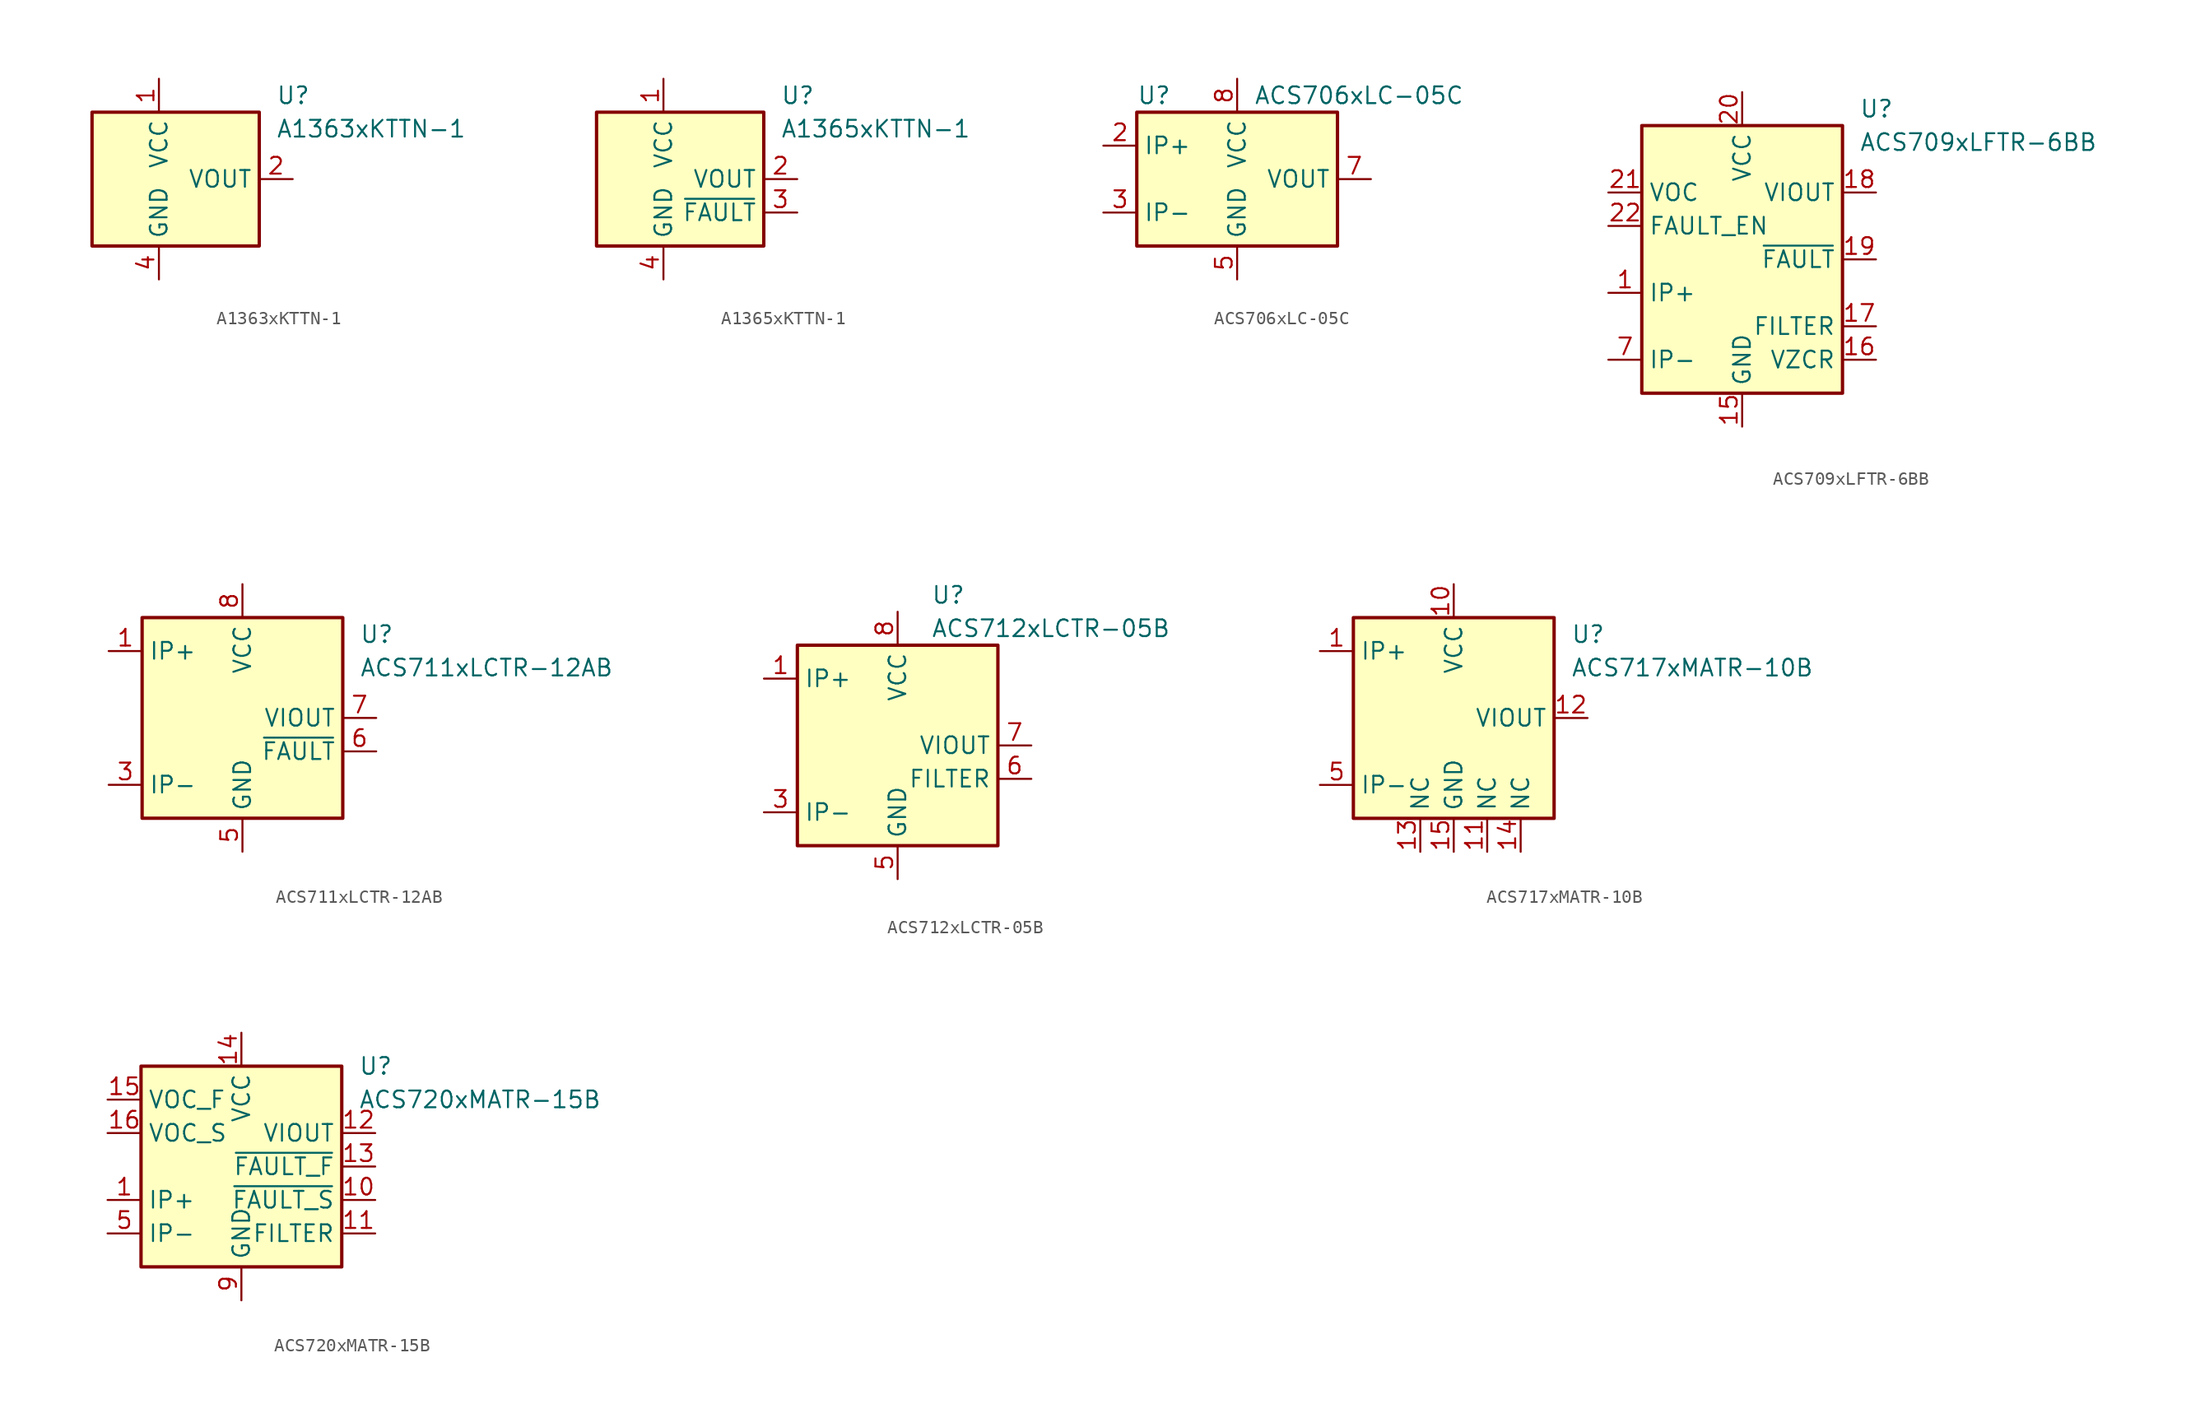
<source format=kicad_sym>
(kicad_symbol_lib
  (version 20241209)
  (generator "kicad_symbol_editor")
  (generator_version "9.0")
  (symbol "A1363xKTTN-1"
    (property "Reference" "U"
      (at 8.89 6.35 0)
      (effects (font (size 1.27 1.27)) (justify left)))
    (property "Value" "A1363xKTTN-1"
      (at 8.89 3.81 0)
      (effects (font (size 1.27 1.27)) (justify left)))
    (symbol "A1363xKTTN-1_0_1"
      (rectangle (start -5.08 5.08) (end 7.62 -5.08) (stroke (width 0.254) (type default)) (fill (type background))))
    (symbol "A1363xKTTN-1_1_1"
      (pin power_in line (at 0 7.62 270) (length 2.54) (name "VCC" (effects (font (size 1.27 1.27)))) (number "1" (effects (font (size 1.27 1.27)))))
      (pin power_in line (at 0 -7.62 90) (length 2.54) (name "GND" (effects (font (size 1.27 1.27)))) (number "4" (effects (font (size 1.27 1.27)))))
      (pin no_connect line (at 7.62 -2.54 180) (length 2.54) (hide yes) (name "NC" (effects (font (size 1.27 1.27)))) (number "3" (effects (font (size 1.27 1.27)))))
      (pin output line (at 10.16 0 180) (length 2.54) (name "VOUT" (effects (font (size 1.27 1.27)))) (number "2" (effects (font (size 1.27 1.27)))))))
  (symbol "A1365xKTTN-1"
    (property "Reference" "U"
      (at 8.89 6.35 0)
      (effects (font (size 1.27 1.27)) (justify left)))
    (property "Value" "A1365xKTTN-1"
      (at 8.89 3.81 0)
      (effects (font (size 1.27 1.27)) (justify left)))
    (symbol "A1365xKTTN-1_0_1"
      (rectangle (start -5.08 5.08) (end 7.62 -5.08) (stroke (width 0.254) (type default)) (fill (type background))))
    (symbol "A1365xKTTN-1_1_1"
      (pin power_in line (at 0 7.62 270) (length 2.54) (name "VCC" (effects (font (size 1.27 1.27)))) (number "1" (effects (font (size 1.27 1.27)))))
      (pin power_in line (at 0 -7.62 90) (length 2.54) (name "GND" (effects (font (size 1.27 1.27)))) (number "4" (effects (font (size 1.27 1.27)))))
      (pin output line (at 10.16 0 180) (length 2.54) (name "VOUT" (effects (font (size 1.27 1.27)))) (number "2" (effects (font (size 1.27 1.27)))))
      (pin output line (at 10.16 -2.54 180) (length 2.54) (name "~{FAULT}" (effects (font (size 1.27 1.27)))) (number "3" (effects (font (size 1.27 1.27)))))))
  (symbol "ACS706xLC-05C"
    (property "Reference" "U"
      (at -7.62 6.35 0)
      (effects (font (size 1.27 1.27)) (justify left)))
    (property "Value" "ACS706xLC-05C"
      (at 1.27 6.35 0)
      (effects (font (size 1.27 1.27)) (justify left)))
    (symbol "ACS706xLC-05C_0_1"
      (rectangle (start -7.62 5.08) (end 7.62 -5.08) (stroke (width 0.254) (type default)) (fill (type background))))
    (symbol "ACS706xLC-05C_1_1"
      (pin passive line (at -10.16 2.54 0) (length 2.54) (hide yes) (name "IP+" (effects (font (size 1.27 1.27)))) (number "1" (effects (font (size 1.27 1.27)))))
      (pin passive line (at -10.16 2.54 0) (length 2.54) (name "IP+" (effects (font (size 1.27 1.27)))) (number "2" (effects (font (size 1.27 1.27)))))
      (pin passive line (at -10.16 -2.54 0) (length 2.54) (name "IP-" (effects (font (size 1.27 1.27)))) (number "3" (effects (font (size 1.27 1.27)))))
      (pin passive line (at -10.16 -2.54 0) (length 2.54) (hide yes) (name "IP-" (effects (font (size 1.27 1.27)))) (number "4" (effects (font (size 1.27 1.27)))))
      (pin power_in line (at 0 7.62 270) (length 2.54) (name "VCC" (effects (font (size 1.27 1.27)))) (number "8" (effects (font (size 1.27 1.27)))))
      (pin power_in line (at 0 -7.62 90) (length 2.54) (name "GND" (effects (font (size 1.27 1.27)))) (number "5" (effects (font (size 1.27 1.27)))))
      (pin no_connect line (at 7.62 -2.54 180) (length 2.54) (hide yes) (name "NC" (effects (font (size 1.27 1.27)))) (number "6" (effects (font (size 1.27 1.27)))))
      (pin output line (at 10.16 0 180) (length 2.54) (name "VOUT" (effects (font (size 1.27 1.27)))) (number "7" (effects (font (size 1.27 1.27)))))))
  (symbol "ACS709xLFTR-6BB"
    (property "Reference" "U"
      (at 8.89 11.43 0)
      (effects (font (size 1.27 1.27)) (justify left)))
    (property "Value" "ACS709xLFTR-6BB"
      (at 8.89 8.89 0)
      (effects (font (size 1.27 1.27)) (justify left)))
    (symbol "ACS709xLFTR-6BB_0_1"
      (rectangle (start -7.62 10.16) (end 7.62 -10.16) (stroke (width 0.254) (type default)) (fill (type background))))
    (symbol "ACS709xLFTR-6BB_1_1"
      (pin input line (at -10.16 5.08 0) (length 2.54) (name "VOC" (effects (font (size 1.27 1.27)))) (number "21" (effects (font (size 1.27 1.27)))))
      (pin input line (at -10.16 2.54 0) (length 2.54) (name "FAULT_EN" (effects (font (size 1.27 1.27)))) (number "22" (effects (font (size 1.27 1.27)))))
      (pin passive line (at -10.16 -2.54 0) (length 2.54) (name "IP+" (effects (font (size 1.27 1.27)))) (number "1" (effects (font (size 1.27 1.27)))))
      (pin passive line (at -10.16 -2.54 0) (length 2.54) (hide yes) (name "IP+" (effects (font (size 1.27 1.27)))) (number "2" (effects (font (size 1.27 1.27)))))
      (pin passive line (at -10.16 -2.54 0) (length 2.54) (hide yes) (name "IP+" (effects (font (size 1.27 1.27)))) (number "3" (effects (font (size 1.27 1.27)))))
      (pin passive line (at -10.16 -2.54 0) (length 2.54) (hide yes) (name "IP+" (effects (font (size 1.27 1.27)))) (number "4" (effects (font (size 1.27 1.27)))))
      (pin passive line (at -10.16 -2.54 0) (length 2.54) (hide yes) (name "IP+" (effects (font (size 1.27 1.27)))) (number "5" (effects (font (size 1.27 1.27)))))
      (pin passive line (at -10.16 -2.54 0) (length 2.54) (hide yes) (name "IP+" (effects (font (size 1.27 1.27)))) (number "6" (effects (font (size 1.27 1.27)))))
      (pin passive line (at -10.16 -7.62 0) (length 2.54) (hide yes) (name "IP-" (effects (font (size 1.27 1.27)))) (number "10" (effects (font (size 1.27 1.27)))))
      (pin passive line (at -10.16 -7.62 0) (length 2.54) (hide yes) (name "IP-" (effects (font (size 1.27 1.27)))) (number "11" (effects (font (size 1.27 1.27)))))
      (pin passive line (at -10.16 -7.62 0) (length 2.54) (hide yes) (name "IP-" (effects (font (size 1.27 1.27)))) (number "12" (effects (font (size 1.27 1.27)))))
      (pin passive line (at -10.16 -7.62 0) (length 2.54) (name "IP-" (effects (font (size 1.27 1.27)))) (number "7" (effects (font (size 1.27 1.27)))))
      (pin passive line (at -10.16 -7.62 0) (length 2.54) (hide yes) (name "IP-" (effects (font (size 1.27 1.27)))) (number "8" (effects (font (size 1.27 1.27)))))
      (pin passive line (at -10.16 -7.62 0) (length 2.54) (hide yes) (name "IP-" (effects (font (size 1.27 1.27)))) (number "9" (effects (font (size 1.27 1.27)))))
      (pin no_connect line (at -7.62 10.16 0) (length 2.54) (hide yes) (name "NC" (effects (font (size 1.27 1.27)))) (number "13" (effects (font (size 1.27 1.27)))))
      (pin no_connect line (at -7.62 7.62 0) (length 2.54) (hide yes) (name "NC" (effects (font (size 1.27 1.27)))) (number "14" (effects (font (size 1.27 1.27)))))
      (pin no_connect line (at -7.62 0 0) (length 2.54) (hide yes) (name "NC" (effects (font (size 1.27 1.27)))) (number "23" (effects (font (size 1.27 1.27)))))
      (pin no_connect line (at -7.62 -5.08 0) (length 2.54) (hide yes) (name "NC" (effects (font (size 1.27 1.27)))) (number "24" (effects (font (size 1.27 1.27)))))
      (pin power_in line (at 0 12.7 270) (length 2.54) (name "VCC" (effects (font (size 1.27 1.27)))) (number "20" (effects (font (size 1.27 1.27)))))
      (pin power_in line (at 0 -12.7 90) (length 2.54) (name "GND" (effects (font (size 1.27 1.27)))) (number "15" (effects (font (size 1.27 1.27)))))
      (pin output line (at 10.16 5.08 180) (length 2.54) (name "VIOUT" (effects (font (size 1.27 1.27)))) (number "18" (effects (font (size 1.27 1.27)))))
      (pin output line (at 10.16 0 180) (length 2.54) (name "~{FAULT}" (effects (font (size 1.27 1.27)))) (number "19" (effects (font (size 1.27 1.27)))))
      (pin passive line (at 10.16 -5.08 180) (length 2.54) (name "FILTER" (effects (font (size 1.27 1.27)))) (number "17" (effects (font (size 1.27 1.27)))))
      (pin passive line (at 10.16 -7.62 180) (length 2.54) (name "VZCR" (effects (font (size 1.27 1.27)))) (number "16" (effects (font (size 1.27 1.27)))))))
  (symbol "ACS711xLCTR-12AB"
    (property "Reference" "U"
      (at 8.89 6.35 0)
      (effects (font (size 1.27 1.27)) (justify left)))
    (property "Value" "ACS711xLCTR-12AB"
      (at 8.89 3.81 0)
      (effects (font (size 1.27 1.27)) (justify left)))
    (symbol "ACS711xLCTR-12AB_0_1"
      (rectangle (start -7.62 7.62) (end 7.62 -7.62) (stroke (width 0.254) (type default)) (fill (type background))))
    (symbol "ACS711xLCTR-12AB_1_1"
      (pin passive line (at -10.16 5.08 0) (length 2.54) (name "IP+" (effects (font (size 1.27 1.27)))) (number "1" (effects (font (size 1.27 1.27)))))
      (pin passive line (at -10.16 5.08 0) (length 2.54) (hide yes) (name "IP+" (effects (font (size 1.27 1.27)))) (number "2" (effects (font (size 1.27 1.27)))))
      (pin passive line (at -10.16 -5.08 0) (length 2.54) (name "IP-" (effects (font (size 1.27 1.27)))) (number "3" (effects (font (size 1.27 1.27)))))
      (pin passive line (at -10.16 -5.08 0) (length 2.54) (hide yes) (name "IP-" (effects (font (size 1.27 1.27)))) (number "4" (effects (font (size 1.27 1.27)))))
      (pin power_in line (at 0 10.16 270) (length 2.54) (name "VCC" (effects (font (size 1.27 1.27)))) (number "8" (effects (font (size 1.27 1.27)))))
      (pin power_in line (at 0 -10.16 90) (length 2.54) (name "GND" (effects (font (size 1.27 1.27)))) (number "5" (effects (font (size 1.27 1.27)))))
      (pin output line (at 10.16 0 180) (length 2.54) (name "VIOUT" (effects (font (size 1.27 1.27)))) (number "7" (effects (font (size 1.27 1.27)))))
      (pin output line (at 10.16 -2.54 180) (length 2.54) (name "~{FAULT}" (effects (font (size 1.27 1.27)))) (number "6" (effects (font (size 1.27 1.27)))))))
  (symbol "ACS712xLCTR-05B"
    (property "Reference" "U"
      (at 2.54 11.43 0)
      (effects (font (size 1.27 1.27)) (justify left)))
    (property "Value" "ACS712xLCTR-05B"
      (at 2.54 8.89 0)
      (effects (font (size 1.27 1.27)) (justify left)))
    (symbol "ACS712xLCTR-05B_0_1"
      (rectangle (start -7.62 7.62) (end 7.62 -7.62) (stroke (width 0.254) (type default)) (fill (type background))))
    (symbol "ACS712xLCTR-05B_1_1"
      (pin passive line (at -10.16 5.08 0) (length 2.54) (name "IP+" (effects (font (size 1.27 1.27)))) (number "1" (effects (font (size 1.27 1.27)))))
      (pin passive line (at -10.16 5.08 0) (length 2.54) (hide yes) (name "IP+" (effects (font (size 1.27 1.27)))) (number "2" (effects (font (size 1.27 1.27)))))
      (pin passive line (at -10.16 -5.08 0) (length 2.54) (name "IP-" (effects (font (size 1.27 1.27)))) (number "3" (effects (font (size 1.27 1.27)))))
      (pin passive line (at -10.16 -5.08 0) (length 2.54) (hide yes) (name "IP-" (effects (font (size 1.27 1.27)))) (number "4" (effects (font (size 1.27 1.27)))))
      (pin power_in line (at 0 10.16 270) (length 2.54) (name "VCC" (effects (font (size 1.27 1.27)))) (number "8" (effects (font (size 1.27 1.27)))))
      (pin power_in line (at 0 -10.16 90) (length 2.54) (name "GND" (effects (font (size 1.27 1.27)))) (number "5" (effects (font (size 1.27 1.27)))))
      (pin output line (at 10.16 0 180) (length 2.54) (name "VIOUT" (effects (font (size 1.27 1.27)))) (number "7" (effects (font (size 1.27 1.27)))))
      (pin passive line (at 10.16 -2.54 180) (length 2.54) (name "FILTER" (effects (font (size 1.27 1.27)))) (number "6" (effects (font (size 1.27 1.27)))))))
  (symbol "ACS717xMATR-10B"
    (property "Reference" "U"
      (at 8.89 6.35 0)
      (effects (font (size 1.27 1.27)) (justify left)))
    (property "Value" "ACS717xMATR-10B"
      (at 8.89 3.81 0)
      (effects (font (size 1.27 1.27)) (justify left)))
    (symbol "ACS717xMATR-10B_0_1"
      (rectangle (start -7.62 7.62) (end 7.62 -7.62) (stroke (width 0.254) (type default)) (fill (type background))))
    (symbol "ACS717xMATR-10B_1_1"
      (pin passive line (at -10.16 5.08 0) (length 2.54) (name "IP+" (effects (font (size 1.27 1.27)))) (number "1" (effects (font (size 1.27 1.27)))))
      (pin passive line (at -10.16 5.08 0) (length 2.54) (hide yes) (name "IP+" (effects (font (size 1.27 1.27)))) (number "2" (effects (font (size 1.27 1.27)))))
      (pin passive line (at -10.16 5.08 0) (length 2.54) (hide yes) (name "IP+" (effects (font (size 1.27 1.27)))) (number "3" (effects (font (size 1.27 1.27)))))
      (pin passive line (at -10.16 5.08 0) (length 2.54) (hide yes) (name "IP+" (effects (font (size 1.27 1.27)))) (number "4" (effects (font (size 1.27 1.27)))))
      (pin passive line (at -10.16 -5.08 0) (length 2.54) (name "IP-" (effects (font (size 1.27 1.27)))) (number "5" (effects (font (size 1.27 1.27)))))
      (pin passive line (at -10.16 -5.08 0) (length 2.54) (hide yes) (name "IP-" (effects (font (size 1.27 1.27)))) (number "6" (effects (font (size 1.27 1.27)))))
      (pin passive line (at -10.16 -5.08 0) (length 2.54) (hide yes) (name "IP-" (effects (font (size 1.27 1.27)))) (number "7" (effects (font (size 1.27 1.27)))))
      (pin passive line (at -10.16 -5.08 0) (length 2.54) (hide yes) (name "IP-" (effects (font (size 1.27 1.27)))) (number "8" (effects (font (size 1.27 1.27)))))
      (pin passive line (at -2.54 -10.16 90) (length 2.54) (name "NC" (effects (font (size 1.27 1.27)))) (number "13" (effects (font (size 1.27 1.27)))))
      (pin power_in line (at 0 10.16 270) (length 2.54) (name "VCC" (effects (font (size 1.27 1.27)))) (number "10" (effects (font (size 1.27 1.27)))))
      (pin power_in line (at 0 -10.16 90) (length 2.54) (name "GND" (effects (font (size 1.27 1.27)))) (number "15" (effects (font (size 1.27 1.27)))))
      (pin passive line (at 2.54 -10.16 90) (length 2.54) (name "NC" (effects (font (size 1.27 1.27)))) (number "11" (effects (font (size 1.27 1.27)))))
      (pin passive line (at 5.08 -10.16 90) (length 2.54) (name "NC" (effects (font (size 1.27 1.27)))) (number "14" (effects (font (size 1.27 1.27)))))
      (pin no_connect line (at 7.62 5.08 180) (length 2.54) (hide yes) (name "NC" (effects (font (size 1.27 1.27)))) (number "9" (effects (font (size 1.27 1.27)))))
      (pin no_connect line (at 7.62 2.54 180) (length 2.54) (hide yes) (name "NC" (effects (font (size 1.27 1.27)))) (number "16" (effects (font (size 1.27 1.27)))))
      (pin output line (at 10.16 0 180) (length 2.54) (name "VIOUT" (effects (font (size 1.27 1.27)))) (number "12" (effects (font (size 1.27 1.27)))))))
  (symbol "ACS720xMATR-15B"
    (property "Reference" "U"
      (at 8.89 7.62 0)
      (effects (font (size 1.27 1.27)) (justify left)))
    (property "Value" "ACS720xMATR-15B"
      (at 8.89 5.08 0)
      (effects (font (size 1.27 1.27)) (justify left)))
    (symbol "ACS720xMATR-15B_0_1"
      (rectangle (start -7.62 7.62) (end 7.62 -7.62) (stroke (width 0.254) (type default)) (fill (type background))))
    (symbol "ACS720xMATR-15B_1_1"
      (pin input line (at -10.16 5.08 0) (length 2.54) (name "VOC_F" (effects (font (size 1.27 1.27)))) (number "15" (effects (font (size 1.27 1.27)))))
      (pin input line (at -10.16 2.54 0) (length 2.54) (name "VOC_S" (effects (font (size 1.27 1.27)))) (number "16" (effects (font (size 1.27 1.27)))))
      (pin passive line (at -10.16 -2.54 0) (length 2.54) (name "IP+" (effects (font (size 1.27 1.27)))) (number "1" (effects (font (size 1.27 1.27)))))
      (pin passive line (at -10.16 -2.54 0) (length 2.54) (hide yes) (name "IP+" (effects (font (size 1.27 1.27)))) (number "2" (effects (font (size 1.27 1.27)))))
      (pin passive line (at -10.16 -2.54 0) (length 2.54) (hide yes) (name "IP+" (effects (font (size 1.27 1.27)))) (number "3" (effects (font (size 1.27 1.27)))))
      (pin passive line (at -10.16 -2.54 0) (length 2.54) (hide yes) (name "IP+" (effects (font (size 1.27 1.27)))) (number "4" (effects (font (size 1.27 1.27)))))
      (pin passive line (at -10.16 -5.08 0) (length 2.54) (name "IP-" (effects (font (size 1.27 1.27)))) (number "5" (effects (font (size 1.27 1.27)))))
      (pin passive line (at -10.16 -5.08 0) (length 2.54) (hide yes) (name "IP-" (effects (font (size 1.27 1.27)))) (number "6" (effects (font (size 1.27 1.27)))))
      (pin passive line (at -10.16 -5.08 0) (length 2.54) (hide yes) (name "IP-" (effects (font (size 1.27 1.27)))) (number "7" (effects (font (size 1.27 1.27)))))
      (pin passive line (at -10.16 -5.08 0) (length 2.54) (hide yes) (name "IP-" (effects (font (size 1.27 1.27)))) (number "8" (effects (font (size 1.27 1.27)))))
      (pin power_in line (at 0 10.16 270) (length 2.54) (name "VCC" (effects (font (size 1.27 1.27)))) (number "14" (effects (font (size 1.27 1.27)))))
      (pin power_in line (at 0 -10.16 90) (length 2.54) (name "GND" (effects (font (size 1.27 1.27)))) (number "9" (effects (font (size 1.27 1.27)))))
      (pin output line (at 10.16 2.54 180) (length 2.54) (name "VIOUT" (effects (font (size 1.27 1.27)))) (number "12" (effects (font (size 1.27 1.27)))))
      (pin open_collector line (at 10.16 0 180) (length 2.54) (name "~{FAULT_F}" (effects (font (size 1.27 1.27)))) (number "13" (effects (font (size 1.27 1.27)))))
      (pin open_collector line (at 10.16 -2.54 180) (length 2.54) (name "~{FAULT_S}" (effects (font (size 1.27 1.27)))) (number "10" (effects (font (size 1.27 1.27)))))
      (pin passive line (at 10.16 -5.08 180) (length 2.54) (name "FILTER" (effects (font (size 1.27 1.27)))) (number "11" (effects (font (size 1.27 1.27))))))))
</source>
